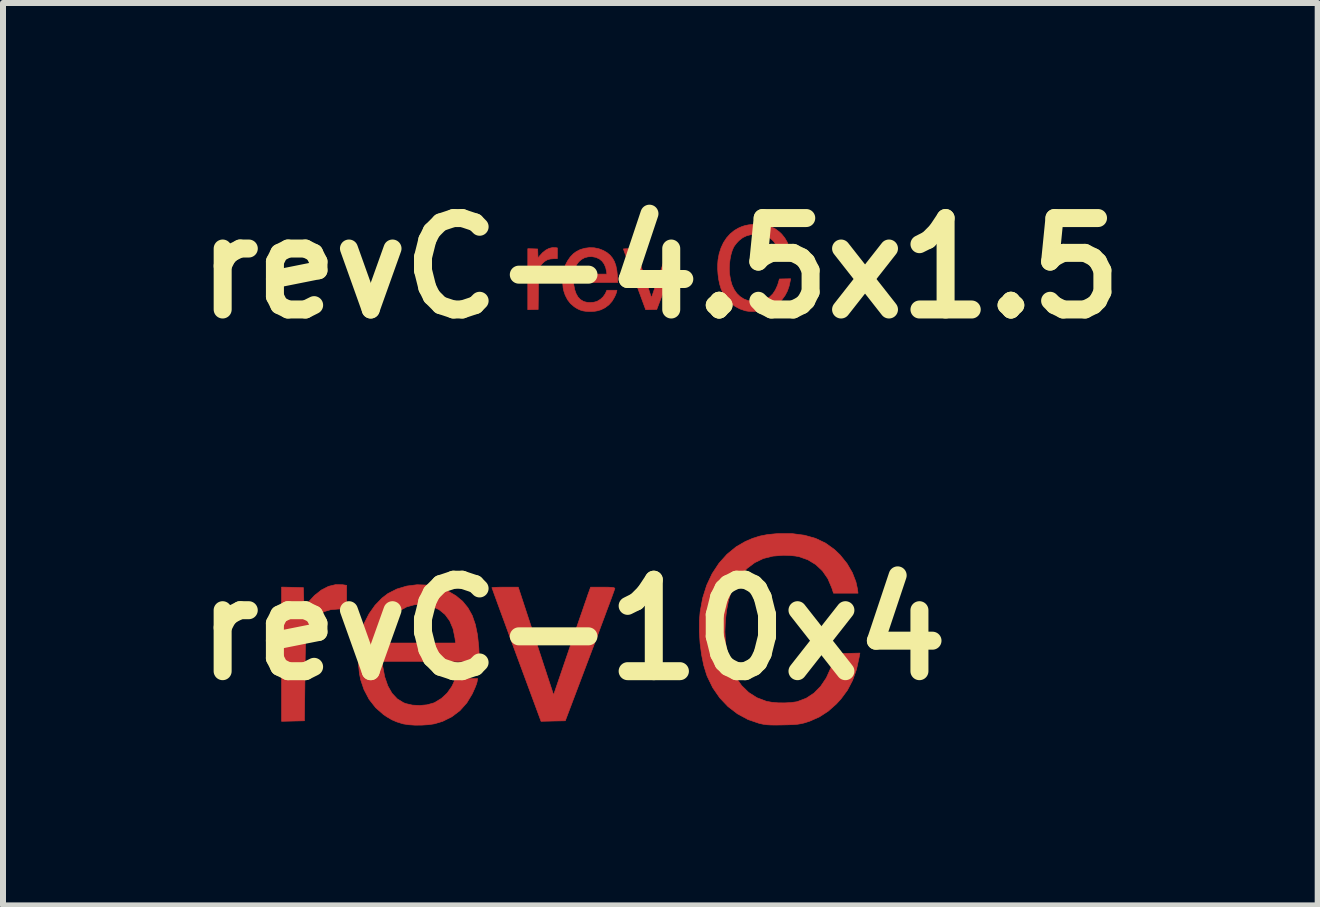
<source format=kicad_pcb>
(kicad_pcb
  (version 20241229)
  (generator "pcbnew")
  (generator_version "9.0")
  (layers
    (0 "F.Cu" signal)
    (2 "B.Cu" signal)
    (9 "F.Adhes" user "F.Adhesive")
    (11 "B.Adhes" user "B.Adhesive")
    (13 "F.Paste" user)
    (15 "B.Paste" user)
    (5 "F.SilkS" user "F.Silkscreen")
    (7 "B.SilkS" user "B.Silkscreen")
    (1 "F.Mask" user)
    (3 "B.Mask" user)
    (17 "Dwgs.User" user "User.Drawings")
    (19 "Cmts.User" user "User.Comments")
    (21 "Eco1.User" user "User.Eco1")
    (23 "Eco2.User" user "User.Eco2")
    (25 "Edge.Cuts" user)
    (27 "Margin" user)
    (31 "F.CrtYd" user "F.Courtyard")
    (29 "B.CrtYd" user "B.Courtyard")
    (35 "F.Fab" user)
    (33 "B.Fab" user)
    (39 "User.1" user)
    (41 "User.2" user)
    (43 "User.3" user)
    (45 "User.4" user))
  (footprint "revC-4.5x1.5"
    (layer "F.Cu")
    (at 7.954 1.418)
    (property "Reference" "revC-4.5x1.5" (at 0 0 0) (layer "F.SilkS") (effects (font (size 1.524 1.524) (thickness 0.3))))
    (attr through_hole)
    (fp_poly (pts (xy -1.746 -0.341) (xy -1.716 -0.337) (xy -1.716 -0.247) (xy -1.717 -0.158) (xy -1.78 -0.157) (xy -1.838 -0.152) (xy -1.885 -0.138) (xy -1.927 -0.113) (xy -1.959 -0.084) (xy -1.975 -0.067) (xy -1.988 -0.052) (xy -1.999 -0.037) (xy -2.008 -0.021) (xy -2.014 -0.002) (xy -2.02 0.02) (xy -2.024 0.049) (xy -2.026 0.085) (xy -2.028 0.13) (xy -2.03 0.185) (xy -2.031 0.252) (xy -2.032 0.333) (xy -2.032 0.358) (xy -2.036 0.689) (xy -2.122 0.691) (xy -2.209 0.693) (xy -2.209 -0.324) (xy -2.126 -0.322) (xy -2.044 -0.319) (xy -2.039 -0.169) (xy -2.01 -0.206) (xy -1.96 -0.26) (xy -1.908 -0.301) (xy -1.854 -0.329) (xy -1.799 -0.342) (xy -1.746 -0.341)) (stroke (width 0.01) (type solid)) (fill yes) (layer "F.Cu"))
    (fp_poly (pts (xy -0.335 -0.075) (xy -0.313 -0.007) (xy -0.289 0.066) (xy -0.265 0.138) (xy -0.243 0.207) (xy -0.222 0.269) (xy -0.205 0.322) (xy -0.201 0.333) (xy -0.148 0.493) (xy -0.023 0.125) (xy 0.002 0.052) (xy 0.026 -0.018) (xy 0.048 -0.083) (xy 0.069 -0.142) (xy 0.086 -0.193) (xy 0.1 -0.234) (xy 0.111 -0.264) (xy 0.117 -0.281) (xy 0.117 -0.283) (xy 0.132 -0.323) (xy 0.224 -0.323) (xy 0.265 -0.323) (xy 0.293 -0.321) (xy 0.309 -0.319) (xy 0.315 -0.315) (xy 0.315 -0.314) (xy 0.313 -0.305) (xy 0.305 -0.283) (xy 0.293 -0.249) (xy 0.276 -0.205) (xy 0.256 -0.15) (xy 0.233 -0.088) (xy 0.207 -0.017) (xy 0.178 0.059) (xy 0.148 0.14) (xy 0.128 0.192) (xy -0.06 0.689) (xy -0.152 0.691) (xy -0.244 0.693) (xy -0.43 0.189) (xy -0.461 0.105) (xy -0.49 0.025) (xy -0.517 -0.049) (xy -0.542 -0.117) (xy -0.564 -0.177) (xy -0.583 -0.228) (xy -0.598 -0.268) (xy -0.608 -0.298) (xy -0.614 -0.315) (xy -0.616 -0.319) (xy -0.609 -0.321) (xy -0.589 -0.322) (xy -0.559 -0.323) (xy -0.523 -0.323) (xy -0.516 -0.323) (xy -0.416 -0.323) (xy -0.335 -0.075)) (stroke (width 0.01) (type solid)) (fill yes) (layer "F.Cu"))
    (fp_poly (pts (xy -1.103 -0.339) (xy -1.025 -0.323) (xy -0.952 -0.295) (xy -0.948 -0.293) (xy -0.888 -0.258) (xy -0.838 -0.216) (xy -0.797 -0.166) (xy -0.765 -0.109) (xy -0.741 -0.041) (xy -0.725 0.039) (xy -0.715 0.13) (xy -0.713 0.164) (xy -0.71 0.239) (xy -1.448 0.239) (xy -1.443 0.275) (xy -1.428 0.357) (xy -1.404 0.425) (xy -1.373 0.48) (xy -1.333 0.523) (xy -1.285 0.552) (xy -1.267 0.559) (xy -1.218 0.571) (xy -1.162 0.573) (xy -1.107 0.568) (xy -1.059 0.555) (xy -1.05 0.551) (xy -0.999 0.52) (xy -0.954 0.479) (xy -0.92 0.43) (xy -0.912 0.415) (xy -0.892 0.369) (xy -0.724 0.369) (xy -0.728 0.394) (xy -0.734 0.413) (xy -0.744 0.44) (xy -0.758 0.471) (xy -0.765 0.485) (xy -0.806 0.554) (xy -0.858 0.612) (xy -0.92 0.659) (xy -0.99 0.694) (xy -1.052 0.712) (xy -1.095 0.719) (xy -1.145 0.722) (xy -1.197 0.722) (xy -1.245 0.719) (xy -1.285 0.713) (xy -1.291 0.712) (xy -1.336 0.698) (xy -1.374 0.681) (xy -1.412 0.659) (xy -1.437 0.642) (xy -1.497 0.59) (xy -1.546 0.527) (xy -1.585 0.452) (xy -1.61 0.378) (xy -1.62 0.33) (xy -1.625 0.272) (xy -1.627 0.208) (xy -1.626 0.144) (xy -1.622 0.1) (xy -1.441 0.1) (xy -0.891 0.1) (xy -0.895 0.064) (xy -0.91 -0.007) (xy -0.935 -0.067) (xy -0.971 -0.116) (xy -1.016 -0.153) (xy -1.071 -0.178) (xy -1.077 -0.18) (xy -1.142 -0.192) (xy -1.203 -0.189) (xy -1.261 -0.174) (xy -1.314 -0.145) (xy -1.359 -0.106) (xy -1.396 -0.057) (xy -1.422 0.002) (xy -1.437 0.064) (xy -1.441 0.1) (xy -1.622 0.1) (xy -1.62 0.084) (xy -1.611 0.033) (xy -1.61 0.027) (xy -1.583 -0.05) (xy -1.546 -0.121) (xy -1.501 -0.186) (xy -1.449 -0.24) (xy -1.403 -0.274) (xy -1.336 -0.309) (xy -1.261 -0.331) (xy -1.183 -0.341) (xy -1.103 -0.339)) (stroke (width 0.01) (type solid)) (fill yes) (layer "F.Cu"))
    (fp_poly (pts (xy 1.658 -0.729) (xy 1.751 -0.717) (xy 1.835 -0.693) (xy 1.911 -0.657) (xy 1.978 -0.608) (xy 2.022 -0.567) (xy 2.074 -0.502) (xy 2.114 -0.433) (xy 2.141 -0.363) (xy 2.153 -0.311) (xy 2.157 -0.277) (xy 1.972 -0.277) (xy 1.959 -0.318) (xy 1.929 -0.387) (xy 1.888 -0.446) (xy 1.837 -0.494) (xy 1.777 -0.531) (xy 1.709 -0.554) (xy 1.681 -0.559) (xy 1.645 -0.563) (xy 1.606 -0.564) (xy 1.593 -0.564) (xy 1.512 -0.558) (xy 1.44 -0.54) (xy 1.375 -0.509) (xy 1.316 -0.464) (xy 1.291 -0.439) (xy 1.266 -0.411) (xy 1.243 -0.381) (xy 1.225 -0.355) (xy 1.222 -0.35) (xy 1.197 -0.292) (xy 1.177 -0.224) (xy 1.162 -0.148) (xy 1.152 -0.067) (xy 1.149 0.014) (xy 1.153 0.092) (xy 1.154 0.1) (xy 1.17 0.197) (xy 1.195 0.283) (xy 1.231 0.359) (xy 1.275 0.422) (xy 1.329 0.474) (xy 1.391 0.514) (xy 1.461 0.541) (xy 1.467 0.542) (xy 1.505 0.549) (xy 1.552 0.553) (xy 1.602 0.554) (xy 1.65 0.551) (xy 1.69 0.545) (xy 1.698 0.543) (xy 1.765 0.518) (xy 1.824 0.479) (xy 1.875 0.428) (xy 1.917 0.364) (xy 1.952 0.288) (xy 1.966 0.245) (xy 1.984 0.181) (xy 2.078 0.179) (xy 2.171 0.177) (xy 2.166 0.206) (xy 2.146 0.299) (xy 2.117 0.382) (xy 2.078 0.456) (xy 2.028 0.524) (xy 1.994 0.561) (xy 1.931 0.617) (xy 1.865 0.66) (xy 1.791 0.692) (xy 1.774 0.698) (xy 1.748 0.706) (xy 1.724 0.712) (xy 1.699 0.715) (xy 1.668 0.718) (xy 1.628 0.72) (xy 1.589 0.721) (xy 1.538 0.721) (xy 1.498 0.721) (xy 1.467 0.719) (xy 1.44 0.715) (xy 1.414 0.71) (xy 1.41 0.709) (xy 1.324 0.679) (xy 1.244 0.636) (xy 1.172 0.581) (xy 1.109 0.515) (xy 1.057 0.439) (xy 1.015 0.353) (xy 1.01 0.339) (xy 0.989 0.269) (xy 0.972 0.188) (xy 0.961 0.102) (xy 0.955 0.014) (xy 0.956 -0.071) (xy 0.961 -0.136) (xy 0.98 -0.24) (xy 1.011 -0.337) (xy 1.052 -0.425) (xy 1.104 -0.504) (xy 1.165 -0.572) (xy 1.235 -0.629) (xy 1.305 -0.669) (xy 1.36 -0.693) (xy 1.414 -0.71) (xy 1.471 -0.721) (xy 1.537 -0.728) (xy 1.555 -0.729) (xy 1.658 -0.729)) (stroke (width 0.01) (type solid)) (fill yes) (layer "F.Cu")))
  (footprint "revC-10x4"
    (layer "F.Cu")
    (at 6.502 7.445)
    (property "Reference" "revC-10x4" (at 0 0 0) (layer "F.SilkS") (effects (font (size 1.524 1.524) (thickness 0.3))))
    (attr through_hole)
    (fp_poly (pts (xy -3.842 -0.751) (xy -3.776 -0.741) (xy -3.776 -0.544) (xy -3.776 -0.347) (xy -3.916 -0.346) (xy -4.043 -0.335) (xy -4.148 -0.304) (xy -4.239 -0.249) (xy -4.31 -0.184) (xy -4.345 -0.147) (xy -4.374 -0.114) (xy -4.397 -0.081) (xy -4.417 -0.046) (xy -4.432 -0.005) (xy -4.443 0.045) (xy -4.452 0.108) (xy -4.458 0.187) (xy -4.462 0.286) (xy -4.465 0.407) (xy -4.468 0.555) (xy -4.47 0.732) (xy -4.47 0.787) (xy -4.479 1.516) (xy -4.86 1.525) (xy -4.86 -0.712) (xy -4.678 -0.708) (xy -4.496 -0.703) (xy -4.491 -0.537) (xy -4.486 -0.371) (xy -4.422 -0.452) (xy -4.312 -0.572) (xy -4.197 -0.663) (xy -4.078 -0.724) (xy -3.959 -0.753) (xy -3.842 -0.751)) (stroke (width 0.01) (type solid)) (fill yes) (layer "F.Cu"))
    (fp_poly (pts (xy -0.737 -0.165) (xy -0.688 -0.015) (xy -0.636 0.144) (xy -0.584 0.303) (xy -0.534 0.455) (xy -0.489 0.593) (xy -0.451 0.707) (xy -0.443 0.733) (xy -0.327 1.085) (xy -0.051 0.276) (xy 0.005 0.115) (xy 0.057 -0.04) (xy 0.106 -0.183) (xy 0.151 -0.312) (xy 0.189 -0.424) (xy 0.221 -0.515) (xy 0.243 -0.581) (xy 0.257 -0.619) (xy 0.258 -0.622) (xy 0.29 -0.711) (xy 0.492 -0.711) (xy 0.584 -0.71) (xy 0.645 -0.707) (xy 0.68 -0.701) (xy 0.693 -0.692) (xy 0.694 -0.69) (xy 0.688 -0.671) (xy 0.671 -0.623) (xy 0.644 -0.548) (xy 0.608 -0.45) (xy 0.563 -0.331) (xy 0.512 -0.193) (xy 0.454 -0.038) (xy 0.392 0.129) (xy 0.325 0.307) (xy 0.281 0.423) (xy -0.132 1.516) (xy -0.334 1.52) (xy -0.536 1.525) (xy -0.946 0.416) (xy -1.014 0.231) (xy -1.078 0.056) (xy -1.138 -0.108) (xy -1.193 -0.257) (xy -1.241 -0.388) (xy -1.282 -0.501) (xy -1.315 -0.591) (xy -1.338 -0.656) (xy -1.352 -0.693) (xy -1.355 -0.702) (xy -1.339 -0.705) (xy -1.295 -0.708) (xy -1.231 -0.71) (xy -1.151 -0.711) (xy -1.135 -0.711) (xy -0.916 -0.711) (xy -0.737 -0.165)) (stroke (width 0.01) (type solid)) (fill yes) (layer "F.Cu"))
    (fp_poly (pts (xy -2.427 -0.745) (xy -2.256 -0.711) (xy -2.095 -0.65) (xy -2.087 -0.645) (xy -1.954 -0.567) (xy -1.843 -0.475) (xy -1.754 -0.366) (xy -1.683 -0.239) (xy -1.631 -0.089) (xy -1.595 0.085) (xy -1.574 0.286) (xy -1.57 0.36) (xy -1.563 0.525) (xy -3.186 0.525) (xy -3.175 0.605) (xy -3.141 0.785) (xy -3.089 0.935) (xy -3.02 1.057) (xy -2.933 1.15) (xy -2.828 1.215) (xy -2.788 1.23) (xy -2.679 1.255) (xy -2.557 1.261) (xy -2.436 1.25) (xy -2.329 1.22) (xy -2.31 1.213) (xy -2.197 1.144) (xy -2.099 1.053) (xy -2.024 0.946) (xy -2.007 0.912) (xy -1.962 0.813) (xy -1.593 0.813) (xy -1.602 0.868) (xy -1.614 0.908) (xy -1.637 0.967) (xy -1.668 1.036) (xy -1.682 1.067) (xy -1.773 1.218) (xy -1.888 1.347) (xy -2.024 1.45) (xy -2.177 1.526) (xy -2.315 1.567) (xy -2.41 1.581) (xy -2.52 1.588) (xy -2.634 1.589) (xy -2.74 1.582) (xy -2.826 1.569) (xy -2.84 1.566) (xy -2.939 1.535) (xy -3.023 1.499) (xy -3.106 1.45) (xy -3.161 1.413) (xy -3.292 1.298) (xy -3.401 1.159) (xy -3.487 0.995) (xy -3.542 0.832) (xy -3.563 0.726) (xy -3.576 0.598) (xy -3.58 0.458) (xy -3.576 0.316) (xy -3.568 0.22) (xy -3.171 0.22) (xy -1.96 0.22) (xy -1.97 0.14) (xy -2.002 -0.016) (xy -2.057 -0.147) (xy -2.135 -0.254) (xy -2.235 -0.336) (xy -2.356 -0.392) (xy -2.37 -0.396) (xy -2.511 -0.422) (xy -2.648 -0.417) (xy -2.775 -0.382) (xy -2.89 -0.32) (xy -2.99 -0.234) (xy -3.07 -0.125) (xy -3.129 0.003) (xy -3.16 0.14) (xy -3.171 0.22) (xy -3.568 0.22) (xy -3.565 0.185) (xy -3.545 0.073) (xy -3.541 0.059) (xy -3.483 -0.109) (xy -3.402 -0.267) (xy -3.302 -0.409) (xy -3.187 -0.528) (xy -3.088 -0.604) (xy -2.938 -0.68) (xy -2.774 -0.729) (xy -2.602 -0.751) (xy -2.427 -0.745)) (stroke (width 0.01) (type solid)) (fill yes) (layer "F.Cu"))
    (fp_poly (pts (xy 3.648 -1.603) (xy 3.853 -1.576) (xy 4.038 -1.524) (xy 4.204 -1.445) (xy 4.353 -1.338) (xy 4.448 -1.247) (xy 4.563 -1.104) (xy 4.651 -0.953) (xy 4.711 -0.799) (xy 4.736 -0.685) (xy 4.746 -0.61) (xy 4.338 -0.61) (xy 4.309 -0.698) (xy 4.244 -0.851) (xy 4.154 -0.981) (xy 4.042 -1.087) (xy 3.91 -1.167) (xy 3.759 -1.22) (xy 3.699 -1.23) (xy 3.619 -1.238) (xy 3.533 -1.241) (xy 3.505 -1.242) (xy 3.327 -1.228) (xy 3.168 -1.188) (xy 3.025 -1.119) (xy 2.896 -1.022) (xy 2.84 -0.966) (xy 2.786 -0.904) (xy 2.735 -0.838) (xy 2.696 -0.782) (xy 2.689 -0.77) (xy 2.634 -0.643) (xy 2.589 -0.493) (xy 2.556 -0.325) (xy 2.535 -0.148) (xy 2.528 0.031) (xy 2.536 0.202) (xy 2.538 0.221) (xy 2.573 0.434) (xy 2.63 0.623) (xy 2.708 0.789) (xy 2.806 0.929) (xy 2.924 1.044) (xy 3.06 1.131) (xy 3.215 1.19) (xy 3.227 1.193) (xy 3.311 1.208) (xy 3.415 1.217) (xy 3.525 1.218) (xy 3.631 1.212) (xy 3.719 1.2) (xy 3.736 1.196) (xy 3.883 1.14) (xy 4.012 1.055) (xy 4.124 0.941) (xy 4.218 0.801) (xy 4.294 0.633) (xy 4.325 0.538) (xy 4.365 0.398) (xy 4.571 0.393) (xy 4.777 0.388) (xy 4.766 0.452) (xy 4.721 0.659) (xy 4.656 0.841) (xy 4.571 1.004) (xy 4.462 1.152) (xy 4.386 1.235) (xy 4.248 1.357) (xy 4.103 1.451) (xy 3.941 1.523) (xy 3.903 1.535) (xy 3.846 1.553) (xy 3.793 1.565) (xy 3.737 1.574) (xy 3.669 1.58) (xy 3.581 1.583) (xy 3.497 1.585) (xy 3.383 1.587) (xy 3.296 1.586) (xy 3.227 1.582) (xy 3.168 1.574) (xy 3.111 1.562) (xy 3.102 1.56) (xy 2.912 1.495) (xy 2.737 1.4) (xy 2.579 1.279) (xy 2.441 1.133) (xy 2.325 0.965) (xy 2.234 0.778) (xy 2.222 0.746) (xy 2.175 0.592) (xy 2.139 0.415) (xy 2.114 0.224) (xy 2.102 0.031) (xy 2.103 -0.156) (xy 2.115 -0.299) (xy 2.157 -0.529) (xy 2.224 -0.742) (xy 2.315 -0.936) (xy 2.429 -1.109) (xy 2.563 -1.259) (xy 2.716 -1.384) (xy 2.87 -1.473) (xy 2.992 -1.525) (xy 3.111 -1.562) (xy 3.237 -1.587) (xy 3.382 -1.601) (xy 3.422 -1.603) (xy 3.648 -1.603)) (stroke (width 0.01) (type solid)) (fill yes) (layer "F.Cu")))
  (gr_rect
    (start -3 -3)
    (end 18.908 12.038)
    (stroke (width 0.1) (type default))
    (fill no)
    (layer "Edge.Cuts")))
</source>
